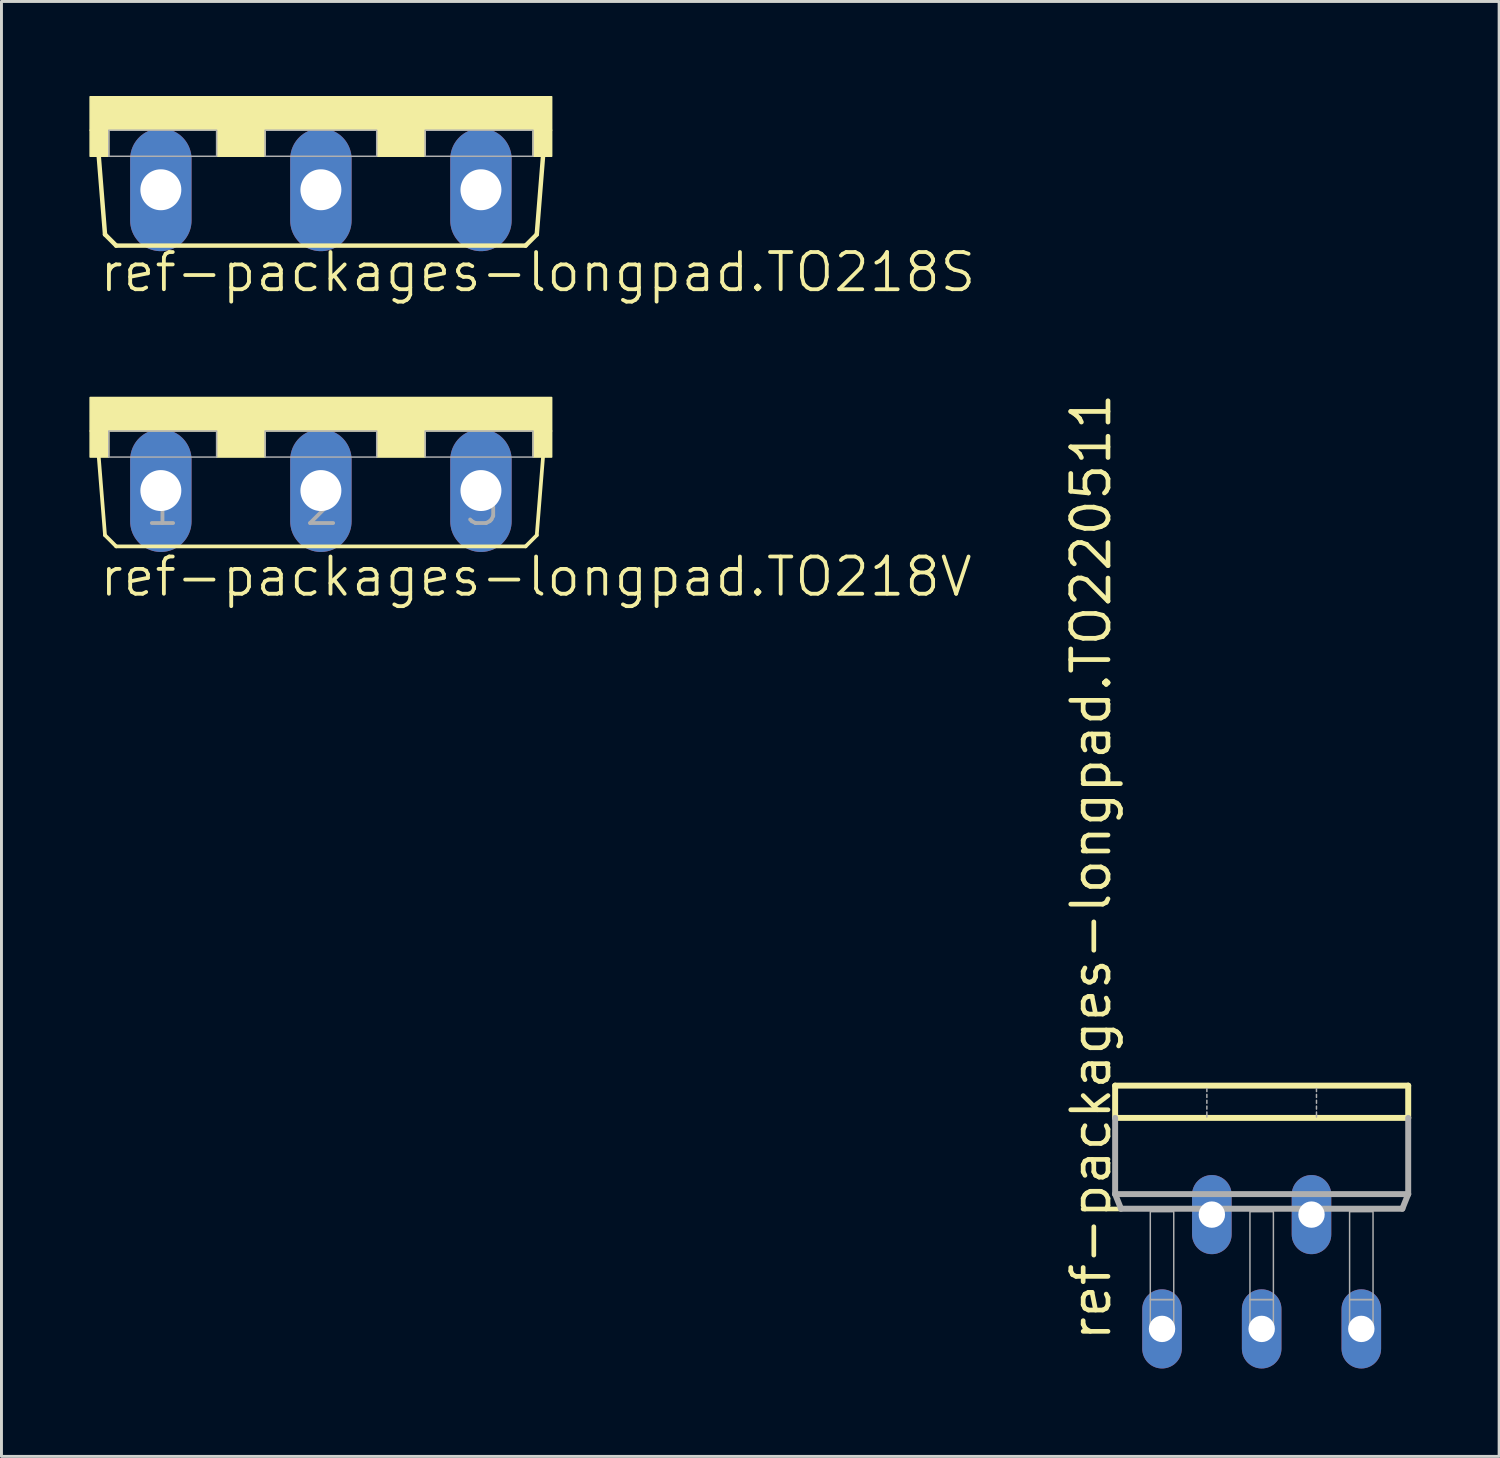
<source format=kicad_pcb>
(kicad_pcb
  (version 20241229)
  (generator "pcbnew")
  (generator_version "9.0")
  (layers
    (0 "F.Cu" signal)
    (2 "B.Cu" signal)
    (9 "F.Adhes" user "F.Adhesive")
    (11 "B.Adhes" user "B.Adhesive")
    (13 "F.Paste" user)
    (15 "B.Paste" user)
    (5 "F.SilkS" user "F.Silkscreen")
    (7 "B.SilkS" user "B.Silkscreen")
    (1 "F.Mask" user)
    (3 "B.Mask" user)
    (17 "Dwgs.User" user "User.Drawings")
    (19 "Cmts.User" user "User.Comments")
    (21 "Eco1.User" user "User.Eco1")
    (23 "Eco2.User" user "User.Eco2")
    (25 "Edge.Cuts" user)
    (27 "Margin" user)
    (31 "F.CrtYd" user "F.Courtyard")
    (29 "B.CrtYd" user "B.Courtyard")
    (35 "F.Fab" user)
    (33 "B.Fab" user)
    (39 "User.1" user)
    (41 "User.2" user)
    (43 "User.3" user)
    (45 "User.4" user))
  (footprint "ref-packages-longpad.TO218V"
    (layer "F.Cu")
    (at 7.899 10.513)
    (property "Reference" "ref-packages-longpad.TO218V" (at -7.62 6.858 0) (layer "F.SilkS") (effects (font (size 1.27 1.27) (thickness 0.13)) (justify left bottom)))
    (attr through_hole)
    (fp_line (start -7.366 4.699) (end -7.62 1.524) (stroke (width 0.127) (type default)) (layer "F.SilkS"))
    (fp_line (start -6.985 5.08) (end -7.366 4.699) (stroke (width 0.127) (type default)) (layer "F.SilkS"))
    (fp_line (start -6.985 5.08) (end 6.985 5.08) (stroke (width 0.127) (type default)) (layer "F.SilkS"))
    (fp_line (start 6.985 5.08) (end 7.366 4.699) (stroke (width 0.127) (type default)) (layer "F.SilkS"))
    (fp_line (start 7.366 4.699) (end 7.62 1.524) (stroke (width 0.127) (type default)) (layer "F.SilkS"))
    (fp_rect (start -7.874 1.143) (end 7.874 0) (stroke (width 0.05) (type default)) (fill yes) (layer "F.SilkS"))
    (fp_rect (start -7.874 2.032) (end -7.239 1.143) (stroke (width 0.05) (type default)) (fill yes) (layer "F.SilkS"))
    (fp_rect (start -3.556 2.032) (end -1.905 1.143) (stroke (width 0.05) (type default)) (fill yes) (layer "F.SilkS"))
    (fp_rect (start 1.905 2.032) (end 3.556 1.143) (stroke (width 0.05) (type default)) (fill yes) (layer "F.SilkS"))
    (fp_rect (start 7.239 2.032) (end 7.874 1.143) (stroke (width 0.05) (type default)) (fill yes) (layer "F.SilkS"))
    (fp_rect (start -7.239 2.032) (end -3.556 1.143) (stroke (width 0.05) (type default)) (fill no) (layer "F.Fab"))
    (fp_rect (start -1.905 2.032) (end 1.905 1.143) (stroke (width 0.05) (type default)) (fill no) (layer "F.Fab"))
    (fp_rect (start 3.556 2.032) (end 7.239 1.143) (stroke (width 0.05) (type default)) (fill no) (layer "F.Fab"))
    (fp_text user "1" (at -6.096 4.445 0) (layer "F.Fab") (effects (font (size 1.27 1.27) (thickness 0.13)) (justify left bottom)))
    (fp_text user "3" (at 4.826 4.445 0) (layer "F.Fab") (effects (font (size 1.27 1.27) (thickness 0.13)) (justify left bottom)))
    (fp_text user "2" (at -0.635 4.445 0) (layer "F.Fab") (effects (font (size 1.27 1.27) (thickness 0.13)) (justify left bottom)))
    (pad "1" thru_hole oval (at -5.461 3.175 90) (size 4.191 2.095) (drill 1.397) (layers "*.Cu" "*.Mask"))
    (pad "2" thru_hole oval (at 0 3.175 90) (size 4.191 2.095) (drill 1.397) (layers "*.Cu" "*.Mask"))
    (pad "3" thru_hole oval (at 5.461 3.175 90) (size 4.191 2.095) (drill 1.397) (layers "*.Cu" "*.Mask")))
  (footprint "ref-packages-longpad.TO218S"
    (layer "F.Cu")
    (at 7.899 0.25)
    (property "Reference" "ref-packages-longpad.TO218S" (at -7.62 6.731 0) (layer "F.SilkS") (effects (font (size 1.27 1.27) (thickness 0.13)) (justify left bottom)))
    (attr through_hole)
    (fp_line (start -7.366 4.699) (end -7.62 1.524) (stroke (width 0.152) (type default)) (layer "F.SilkS"))
    (fp_line (start -6.985 5.08) (end -7.366 4.699) (stroke (width 0.152) (type default)) (layer "F.SilkS"))
    (fp_line (start -6.985 5.08) (end 6.985 5.08) (stroke (width 0.152) (type default)) (layer "F.SilkS"))
    (fp_line (start 6.985 5.08) (end 7.366 4.699) (stroke (width 0.152) (type default)) (layer "F.SilkS"))
    (fp_line (start 7.366 4.699) (end 7.62 1.524) (stroke (width 0.152) (type default)) (layer "F.SilkS"))
    (fp_rect (start -7.874 1.143) (end 7.874 0) (stroke (width 0.05) (type default)) (fill yes) (layer "F.SilkS"))
    (fp_rect (start -7.874 2.032) (end -7.239 1.143) (stroke (width 0.05) (type default)) (fill yes) (layer "F.SilkS"))
    (fp_rect (start -3.556 2.032) (end -1.905 1.143) (stroke (width 0.05) (type default)) (fill yes) (layer "F.SilkS"))
    (fp_rect (start 1.905 2.032) (end 3.556 1.143) (stroke (width 0.05) (type default)) (fill yes) (layer "F.SilkS"))
    (fp_rect (start 7.239 2.032) (end 7.874 1.143) (stroke (width 0.05) (type default)) (fill yes) (layer "F.SilkS"))
    (fp_rect (start -7.239 2.032) (end -3.556 1.143) (stroke (width 0.05) (type default)) (fill no) (layer "F.Fab"))
    (fp_rect (start -1.905 2.032) (end 1.905 1.143) (stroke (width 0.05) (type default)) (fill no) (layer "F.Fab"))
    (fp_rect (start 3.556 2.032) (end 7.239 1.143) (stroke (width 0.05) (type default)) (fill no) (layer "F.Fab"))
    (pad "A1" thru_hole oval (at -5.461 3.175 90) (size 4.191 2.095) (drill 1.397) (layers "*.Cu" "*.Mask"))
    (pad "A2" thru_hole oval (at 5.461 3.175 90) (size 4.191 2.095) (drill 1.397) (layers "*.Cu" "*.Mask"))
    (pad "C" thru_hole oval (at 0 3.175 90) (size 4.191 2.095) (drill 1.397) (layers "*.Cu" "*.Mask")))
  (footprint "ref-packages-longpad.TO220511"
    (layer "F.Cu")
    (at 39.999 33.893)
    (property "Reference" "ref-packages-longpad.TO220511" (at -5.08 8.89 90) (layer "F.SilkS") (effects (font (size 1.27 1.27) (thickness 0.16)) (justify left bottom)))
    (attr through_hole)
    (fp_line (start -5 0.1) (end -5 1.2) (stroke (width 0.203) (type default)) (layer "F.SilkS"))
    (fp_line (start -5 1.2) (end 5 1.2) (stroke (width 0.203) (type default)) (layer "F.SilkS"))
    (fp_line (start 5 0.1) (end -5 0.1) (stroke (width 0.203) (type default)) (layer "F.SilkS"))
    (fp_line (start 5 1.2) (end 5 0.1) (stroke (width 0.203) (type default)) (layer "F.SilkS"))
    (fp_line (start -5 1.2) (end -5 3.8) (stroke (width 0.203) (type default)) (layer "F.Fab"))
    (fp_line (start -5 3.8) (end -4.8 4.3) (stroke (width 0.203) (type default)) (layer "F.Fab"))
    (fp_line (start -5 3.8) (end 5 3.8) (stroke (width 0.203) (type default)) (layer "F.Fab"))
    (fp_line (start -4.8 4.3) (end 4.8 4.3) (stroke (width 0.203) (type default)) (layer "F.Fab"))
    (fp_line (start -1.87 0.2) (end -1.87 0.3) (stroke (width 0.051) (type default)) (layer "F.Fab"))
    (fp_line (start -1.87 0.4) (end -1.87 0.5) (stroke (width 0.051) (type default)) (layer "F.Fab"))
    (fp_line (start -1.87 0.6) (end -1.87 0.7) (stroke (width 0.051) (type default)) (layer "F.Fab"))
    (fp_line (start -1.87 0.8) (end -1.87 0.9) (stroke (width 0.051) (type default)) (layer "F.Fab"))
    (fp_line (start -1.87 1) (end -1.87 1.17) (stroke (width 0.051) (type default)) (layer "F.Fab"))
    (fp_line (start 1.87 0.3) (end 1.87 0.2) (stroke (width 0.051) (type default)) (layer "F.Fab"))
    (fp_line (start 1.87 0.5) (end 1.87 0.4) (stroke (width 0.051) (type default)) (layer "F.Fab"))
    (fp_line (start 1.87 0.7) (end 1.87 0.6) (stroke (width 0.051) (type default)) (layer "F.Fab"))
    (fp_line (start 1.87 0.9) (end 1.87 0.8) (stroke (width 0.051) (type default)) (layer "F.Fab"))
    (fp_line (start 1.87 1.17) (end 1.87 1) (stroke (width 0.051) (type default)) (layer "F.Fab"))
    (fp_line (start 4.8 4.3) (end 5 3.8) (stroke (width 0.203) (type default)) (layer "F.Fab"))
    (fp_line (start 5 3.8) (end 5 1.2) (stroke (width 0.203) (type default)) (layer "F.Fab"))
    (fp_rect (start -3.8 7.4) (end -3 4.4) (stroke (width 0.05) (type default)) (fill no) (layer "F.Fab"))
    (fp_rect (start -3.8 8.5) (end -3 7.4) (stroke (width 0.05) (type default)) (fill no) (layer "F.Fab"))
    (fp_rect (start -2.1 4.6) (end -1.3 4.4) (stroke (width 0.05) (type default)) (fill no) (layer "F.Fab"))
    (fp_rect (start -0.4 7.4) (end 0.4 4.4) (stroke (width 0.05) (type default)) (fill no) (layer "F.Fab"))
    (fp_rect (start -0.4 8.5) (end 0.4 7.4) (stroke (width 0.05) (type default)) (fill no) (layer "F.Fab"))
    (fp_rect (start 1.3 4.6) (end 2.1 4.4) (stroke (width 0.05) (type default)) (fill no) (layer "F.Fab"))
    (fp_rect (start 3 7.4) (end 3.8 4.4) (stroke (width 0.05) (type default)) (fill no) (layer "F.Fab"))
    (fp_rect (start 3 8.5) (end 3.8 7.4) (stroke (width 0.05) (type default)) (fill no) (layer "F.Fab"))
    (pad "1" thru_hole oval (at -3.4 8.4 90) (size 2.7 1.35) (drill 0.9) (layers "*.Cu" "*.Mask"))
    (pad "2" thru_hole oval (at -1.7 4.5 90) (size 2.7 1.35) (drill 0.9) (layers "*.Cu" "*.Mask"))
    (pad "3" thru_hole oval (at 0 8.4 90) (size 2.7 1.35) (drill 0.9) (layers "*.Cu" "*.Mask"))
    (pad "4" thru_hole oval (at 1.7 4.5 90) (size 2.7 1.35) (drill 0.9) (layers "*.Cu" "*.Mask"))
    (pad "5" thru_hole oval (at 3.4 8.4 90) (size 2.7 1.35) (drill 0.9) (layers "*.Cu" "*.Mask")))
  (gr_rect
    (start -3 -3)
    (end 48.101 46.643)
    (stroke (width 0.1) (type default))
    (fill no)
    (layer "Edge.Cuts")))
</source>
